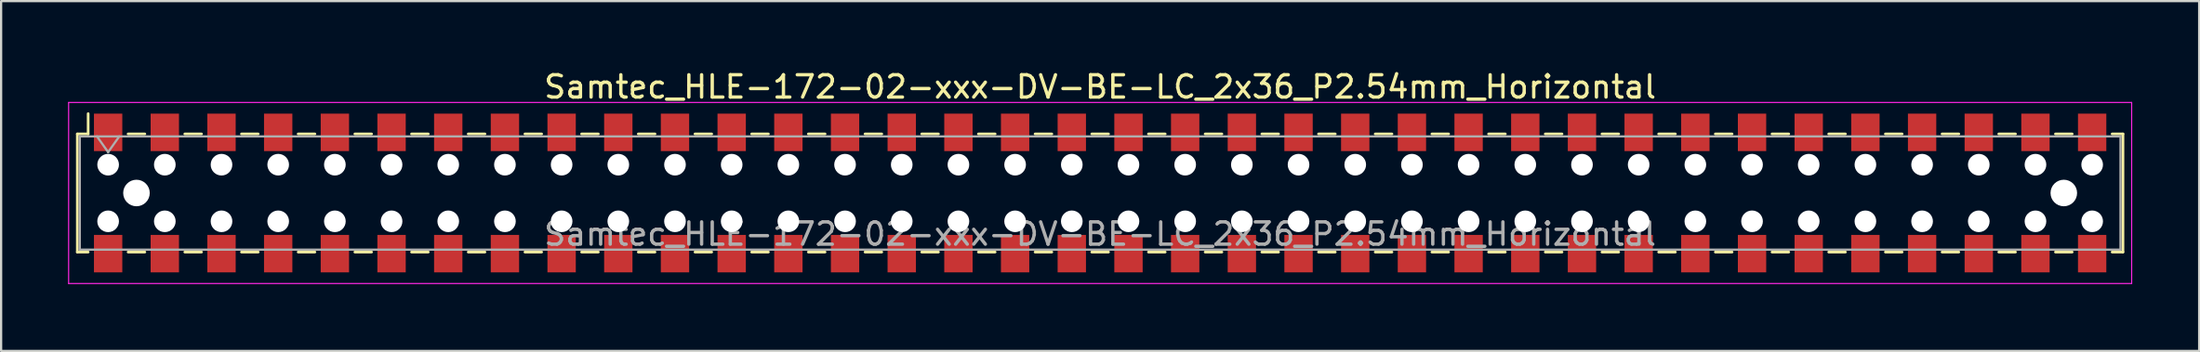
<source format=kicad_pcb>
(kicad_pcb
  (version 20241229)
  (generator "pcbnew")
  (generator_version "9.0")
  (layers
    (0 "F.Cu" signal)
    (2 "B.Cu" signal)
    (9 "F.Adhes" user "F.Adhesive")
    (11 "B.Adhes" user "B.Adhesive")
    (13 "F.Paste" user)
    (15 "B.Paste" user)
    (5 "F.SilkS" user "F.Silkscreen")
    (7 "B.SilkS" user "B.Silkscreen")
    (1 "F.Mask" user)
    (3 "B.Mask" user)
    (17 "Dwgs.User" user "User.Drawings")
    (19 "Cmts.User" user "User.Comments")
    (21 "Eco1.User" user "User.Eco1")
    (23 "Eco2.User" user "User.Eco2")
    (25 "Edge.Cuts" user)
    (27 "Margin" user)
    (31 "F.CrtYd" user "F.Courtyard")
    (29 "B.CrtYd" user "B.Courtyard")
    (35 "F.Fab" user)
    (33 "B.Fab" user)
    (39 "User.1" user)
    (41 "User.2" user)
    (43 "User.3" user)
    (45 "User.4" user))
  (footprint "Samtec_HLE-172-02-xxx-DV-BE-LC_2x36_P2.54mm_Horizontal"
    (layer "F.Cu")
    (at 46.245 5.608)
    (property "Reference" "Samtec_HLE-172-02-xxx-DV-BE-LC_2x36_P2.54mm_Horizontal" (at 0 -4.76 0) (layer "F.SilkS") (effects (font (size 1 1) (thickness 0.15))))
    (attr smd)
    (fp_line (start -45.83 -2.65) (end -45.83 2.65) (stroke (width 0.12) (type solid)) (layer "F.SilkS"))
    (fp_line (start -45.83 2.65) (end -45.345 2.65) (stroke (width 0.12) (type solid)) (layer "F.SilkS"))
    (fp_line (start -45.345 -3.56) (end -45.345 -2.65) (stroke (width 0.12) (type solid)) (layer "F.SilkS"))
    (fp_line (start -45.345 -2.65) (end -45.83 -2.65) (stroke (width 0.12) (type solid)) (layer "F.SilkS"))
    (fp_line (start -43.555 -2.65) (end -42.805 -2.65) (stroke (width 0.12) (type solid)) (layer "F.SilkS"))
    (fp_line (start -43.555 2.65) (end -42.805 2.65) (stroke (width 0.12) (type solid)) (layer "F.SilkS"))
    (fp_line (start -41.015 -2.65) (end -40.265 -2.65) (stroke (width 0.12) (type solid)) (layer "F.SilkS"))
    (fp_line (start -41.015 2.65) (end -40.265 2.65) (stroke (width 0.12) (type solid)) (layer "F.SilkS"))
    (fp_line (start -38.475 -2.65) (end -37.725 -2.65) (stroke (width 0.12) (type solid)) (layer "F.SilkS"))
    (fp_line (start -38.475 2.65) (end -37.725 2.65) (stroke (width 0.12) (type solid)) (layer "F.SilkS"))
    (fp_line (start -35.935 -2.65) (end -35.185 -2.65) (stroke (width 0.12) (type solid)) (layer "F.SilkS"))
    (fp_line (start -35.935 2.65) (end -35.185 2.65) (stroke (width 0.12) (type solid)) (layer "F.SilkS"))
    (fp_line (start -33.395 -2.65) (end -32.645 -2.65) (stroke (width 0.12) (type solid)) (layer "F.SilkS"))
    (fp_line (start -33.395 2.65) (end -32.645 2.65) (stroke (width 0.12) (type solid)) (layer "F.SilkS"))
    (fp_line (start -30.855 -2.65) (end -30.105 -2.65) (stroke (width 0.12) (type solid)) (layer "F.SilkS"))
    (fp_line (start -30.855 2.65) (end -30.105 2.65) (stroke (width 0.12) (type solid)) (layer "F.SilkS"))
    (fp_line (start -28.315 -2.65) (end -27.565 -2.65) (stroke (width 0.12) (type solid)) (layer "F.SilkS"))
    (fp_line (start -28.315 2.65) (end -27.565 2.65) (stroke (width 0.12) (type solid)) (layer "F.SilkS"))
    (fp_line (start -25.775 -2.65) (end -25.025 -2.65) (stroke (width 0.12) (type solid)) (layer "F.SilkS"))
    (fp_line (start -25.775 2.65) (end -25.025 2.65) (stroke (width 0.12) (type solid)) (layer "F.SilkS"))
    (fp_line (start -23.235 -2.65) (end -22.485 -2.65) (stroke (width 0.12) (type solid)) (layer "F.SilkS"))
    (fp_line (start -23.235 2.65) (end -22.485 2.65) (stroke (width 0.12) (type solid)) (layer "F.SilkS"))
    (fp_line (start -20.695 -2.65) (end -19.945 -2.65) (stroke (width 0.12) (type solid)) (layer "F.SilkS"))
    (fp_line (start -20.695 2.65) (end -19.945 2.65) (stroke (width 0.12) (type solid)) (layer "F.SilkS"))
    (fp_line (start -18.155 -2.65) (end -17.405 -2.65) (stroke (width 0.12) (type solid)) (layer "F.SilkS"))
    (fp_line (start -18.155 2.65) (end -17.405 2.65) (stroke (width 0.12) (type solid)) (layer "F.SilkS"))
    (fp_line (start -15.615 -2.65) (end -14.865 -2.65) (stroke (width 0.12) (type solid)) (layer "F.SilkS"))
    (fp_line (start -15.615 2.65) (end -14.865 2.65) (stroke (width 0.12) (type solid)) (layer "F.SilkS"))
    (fp_line (start -13.075 -2.65) (end -12.325 -2.65) (stroke (width 0.12) (type solid)) (layer "F.SilkS"))
    (fp_line (start -13.075 2.65) (end -12.325 2.65) (stroke (width 0.12) (type solid)) (layer "F.SilkS"))
    (fp_line (start -10.535 -2.65) (end -9.785 -2.65) (stroke (width 0.12) (type solid)) (layer "F.SilkS"))
    (fp_line (start -10.535 2.65) (end -9.785 2.65) (stroke (width 0.12) (type solid)) (layer "F.SilkS"))
    (fp_line (start -7.995 -2.65) (end -7.245 -2.65) (stroke (width 0.12) (type solid)) (layer "F.SilkS"))
    (fp_line (start -7.995 2.65) (end -7.245 2.65) (stroke (width 0.12) (type solid)) (layer "F.SilkS"))
    (fp_line (start -5.455 -2.65) (end -4.705 -2.65) (stroke (width 0.12) (type solid)) (layer "F.SilkS"))
    (fp_line (start -5.455 2.65) (end -4.705 2.65) (stroke (width 0.12) (type solid)) (layer "F.SilkS"))
    (fp_line (start -2.915 -2.65) (end -2.165 -2.65) (stroke (width 0.12) (type solid)) (layer "F.SilkS"))
    (fp_line (start -2.915 2.65) (end -2.165 2.65) (stroke (width 0.12) (type solid)) (layer "F.SilkS"))
    (fp_line (start -0.375 -2.65) (end 0.375 -2.65) (stroke (width 0.12) (type solid)) (layer "F.SilkS"))
    (fp_line (start -0.375 2.65) (end 0.375 2.65) (stroke (width 0.12) (type solid)) (layer "F.SilkS"))
    (fp_line (start 2.165 -2.65) (end 2.915 -2.65) (stroke (width 0.12) (type solid)) (layer "F.SilkS"))
    (fp_line (start 2.165 2.65) (end 2.915 2.65) (stroke (width 0.12) (type solid)) (layer "F.SilkS"))
    (fp_line (start 4.705 -2.65) (end 5.455 -2.65) (stroke (width 0.12) (type solid)) (layer "F.SilkS"))
    (fp_line (start 4.705 2.65) (end 5.455 2.65) (stroke (width 0.12) (type solid)) (layer "F.SilkS"))
    (fp_line (start 7.245 -2.65) (end 7.995 -2.65) (stroke (width 0.12) (type solid)) (layer "F.SilkS"))
    (fp_line (start 7.245 2.65) (end 7.995 2.65) (stroke (width 0.12) (type solid)) (layer "F.SilkS"))
    (fp_line (start 9.785 -2.65) (end 10.535 -2.65) (stroke (width 0.12) (type solid)) (layer "F.SilkS"))
    (fp_line (start 9.785 2.65) (end 10.535 2.65) (stroke (width 0.12) (type solid)) (layer "F.SilkS"))
    (fp_line (start 12.325 -2.65) (end 13.075 -2.65) (stroke (width 0.12) (type solid)) (layer "F.SilkS"))
    (fp_line (start 12.325 2.65) (end 13.075 2.65) (stroke (width 0.12) (type solid)) (layer "F.SilkS"))
    (fp_line (start 14.865 -2.65) (end 15.615 -2.65) (stroke (width 0.12) (type solid)) (layer "F.SilkS"))
    (fp_line (start 14.865 2.65) (end 15.615 2.65) (stroke (width 0.12) (type solid)) (layer "F.SilkS"))
    (fp_line (start 17.405 -2.65) (end 18.155 -2.65) (stroke (width 0.12) (type solid)) (layer "F.SilkS"))
    (fp_line (start 17.405 2.65) (end 18.155 2.65) (stroke (width 0.12) (type solid)) (layer "F.SilkS"))
    (fp_line (start 19.945 -2.65) (end 20.695 -2.65) (stroke (width 0.12) (type solid)) (layer "F.SilkS"))
    (fp_line (start 19.945 2.65) (end 20.695 2.65) (stroke (width 0.12) (type solid)) (layer "F.SilkS"))
    (fp_line (start 22.485 -2.65) (end 23.235 -2.65) (stroke (width 0.12) (type solid)) (layer "F.SilkS"))
    (fp_line (start 22.485 2.65) (end 23.235 2.65) (stroke (width 0.12) (type solid)) (layer "F.SilkS"))
    (fp_line (start 25.025 -2.65) (end 25.775 -2.65) (stroke (width 0.12) (type solid)) (layer "F.SilkS"))
    (fp_line (start 25.025 2.65) (end 25.775 2.65) (stroke (width 0.12) (type solid)) (layer "F.SilkS"))
    (fp_line (start 27.565 -2.65) (end 28.315 -2.65) (stroke (width 0.12) (type solid)) (layer "F.SilkS"))
    (fp_line (start 27.565 2.65) (end 28.315 2.65) (stroke (width 0.12) (type solid)) (layer "F.SilkS"))
    (fp_line (start 30.105 -2.65) (end 30.855 -2.65) (stroke (width 0.12) (type solid)) (layer "F.SilkS"))
    (fp_line (start 30.105 2.65) (end 30.855 2.65) (stroke (width 0.12) (type solid)) (layer "F.SilkS"))
    (fp_line (start 32.645 -2.65) (end 33.395 -2.65) (stroke (width 0.12) (type solid)) (layer "F.SilkS"))
    (fp_line (start 32.645 2.65) (end 33.395 2.65) (stroke (width 0.12) (type solid)) (layer "F.SilkS"))
    (fp_line (start 35.185 -2.65) (end 35.935 -2.65) (stroke (width 0.12) (type solid)) (layer "F.SilkS"))
    (fp_line (start 35.185 2.65) (end 35.935 2.65) (stroke (width 0.12) (type solid)) (layer "F.SilkS"))
    (fp_line (start 37.725 -2.65) (end 38.475 -2.65) (stroke (width 0.12) (type solid)) (layer "F.SilkS"))
    (fp_line (start 37.725 2.65) (end 38.475 2.65) (stroke (width 0.12) (type solid)) (layer "F.SilkS"))
    (fp_line (start 40.265 -2.65) (end 41.015 -2.65) (stroke (width 0.12) (type solid)) (layer "F.SilkS"))
    (fp_line (start 40.265 2.65) (end 41.015 2.65) (stroke (width 0.12) (type solid)) (layer "F.SilkS"))
    (fp_line (start 42.805 -2.65) (end 43.555 -2.65) (stroke (width 0.12) (type solid)) (layer "F.SilkS"))
    (fp_line (start 42.805 2.65) (end 43.555 2.65) (stroke (width 0.12) (type solid)) (layer "F.SilkS"))
    (fp_line (start 45.345 -2.65) (end 45.83 -2.65) (stroke (width 0.12) (type solid)) (layer "F.SilkS"))
    (fp_line (start 45.83 -2.65) (end 45.83 2.65) (stroke (width 0.12) (type solid)) (layer "F.SilkS"))
    (fp_line (start 45.83 2.65) (end 45.345 2.65) (stroke (width 0.12) (type solid)) (layer "F.SilkS"))
    (fp_line (start -46.22 -4.06) (end 46.22 -4.06) (stroke (width 0.05) (type solid)) (layer "F.CrtYd"))
    (fp_line (start -46.22 4.06) (end -46.22 -4.06) (stroke (width 0.05) (type solid)) (layer "F.CrtYd"))
    (fp_line (start 46.22 -4.06) (end 46.22 4.06) (stroke (width 0.05) (type solid)) (layer "F.CrtYd"))
    (fp_line (start 46.22 4.06) (end -46.22 4.06) (stroke (width 0.05) (type solid)) (layer "F.CrtYd"))
    (fp_line (start -45.72 -2.54) (end 45.72 -2.54) (stroke (width 0.1) (type solid)) (layer "F.Fab"))
    (fp_line (start -45.72 2.54) (end -45.72 -2.54) (stroke (width 0.1) (type solid)) (layer "F.Fab"))
    (fp_line (start -44.95 -2.54) (end -44.45 -1.833) (stroke (width 0.1) (type solid)) (layer "F.Fab"))
    (fp_line (start -44.45 -1.833) (end -43.95 -2.54) (stroke (width 0.1) (type solid)) (layer "F.Fab"))
    (fp_line (start 45.72 -2.54) (end 45.72 2.54) (stroke (width 0.1) (type solid)) (layer "F.Fab"))
    (fp_line (start 45.72 2.54) (end -45.72 2.54) (stroke (width 0.1) (type solid)) (layer "F.Fab"))
    (fp_text user "${REFERENCE}" (at 0 1.84 0) (layer "F.Fab") (effects (font (size 1 1) (thickness 0.15))))
    (pad "" np_thru_hole circle (at -44.45 -1.27) (size 0.97 0.97) (drill 0.97) (layers "*.Cu" "*.Mask"))
    (pad "" np_thru_hole circle (at -44.45 1.27) (size 0.97 0.97) (drill 0.97) (layers "*.Cu" "*.Mask"))
    (pad "" np_thru_hole circle (at -43.18 0) (size 1.19 1.19) (drill 1.19) (layers "*.Cu" "*.Mask"))
    (pad "" np_thru_hole circle (at -41.91 -1.27) (size 0.97 0.97) (drill 0.97) (layers "*.Cu" "*.Mask"))
    (pad "" np_thru_hole circle (at -41.91 1.27) (size 0.97 0.97) (drill 0.97) (layers "*.Cu" "*.Mask"))
    (pad "" np_thru_hole circle (at -39.37 -1.27) (size 0.97 0.97) (drill 0.97) (layers "*.Cu" "*.Mask"))
    (pad "" np_thru_hole circle (at -39.37 1.27) (size 0.97 0.97) (drill 0.97) (layers "*.Cu" "*.Mask"))
    (pad "" np_thru_hole circle (at -36.83 -1.27) (size 0.97 0.97) (drill 0.97) (layers "*.Cu" "*.Mask"))
    (pad "" np_thru_hole circle (at -36.83 1.27) (size 0.97 0.97) (drill 0.97) (layers "*.Cu" "*.Mask"))
    (pad "" np_thru_hole circle (at -34.29 -1.27) (size 0.97 0.97) (drill 0.97) (layers "*.Cu" "*.Mask"))
    (pad "" np_thru_hole circle (at -34.29 1.27) (size 0.97 0.97) (drill 0.97) (layers "*.Cu" "*.Mask"))
    (pad "" np_thru_hole circle (at -31.75 -1.27) (size 0.97 0.97) (drill 0.97) (layers "*.Cu" "*.Mask"))
    (pad "" np_thru_hole circle (at -31.75 1.27) (size 0.97 0.97) (drill 0.97) (layers "*.Cu" "*.Mask"))
    (pad "" np_thru_hole circle (at -29.21 -1.27) (size 0.97 0.97) (drill 0.97) (layers "*.Cu" "*.Mask"))
    (pad "" np_thru_hole circle (at -29.21 1.27) (size 0.97 0.97) (drill 0.97) (layers "*.Cu" "*.Mask"))
    (pad "" np_thru_hole circle (at -26.67 -1.27) (size 0.97 0.97) (drill 0.97) (layers "*.Cu" "*.Mask"))
    (pad "" np_thru_hole circle (at -26.67 1.27) (size 0.97 0.97) (drill 0.97) (layers "*.Cu" "*.Mask"))
    (pad "" np_thru_hole circle (at -24.13 -1.27) (size 0.97 0.97) (drill 0.97) (layers "*.Cu" "*.Mask"))
    (pad "" np_thru_hole circle (at -24.13 1.27) (size 0.97 0.97) (drill 0.97) (layers "*.Cu" "*.Mask"))
    (pad "" np_thru_hole circle (at -21.59 -1.27) (size 0.97 0.97) (drill 0.97) (layers "*.Cu" "*.Mask"))
    (pad "" np_thru_hole circle (at -21.59 1.27) (size 0.97 0.97) (drill 0.97) (layers "*.Cu" "*.Mask"))
    (pad "" np_thru_hole circle (at -19.05 -1.27) (size 0.97 0.97) (drill 0.97) (layers "*.Cu" "*.Mask"))
    (pad "" np_thru_hole circle (at -19.05 1.27) (size 0.97 0.97) (drill 0.97) (layers "*.Cu" "*.Mask"))
    (pad "" np_thru_hole circle (at -16.51 -1.27) (size 0.97 0.97) (drill 0.97) (layers "*.Cu" "*.Mask"))
    (pad "" np_thru_hole circle (at -16.51 1.27) (size 0.97 0.97) (drill 0.97) (layers "*.Cu" "*.Mask"))
    (pad "" np_thru_hole circle (at -13.97 -1.27) (size 0.97 0.97) (drill 0.97) (layers "*.Cu" "*.Mask"))
    (pad "" np_thru_hole circle (at -13.97 1.27) (size 0.97 0.97) (drill 0.97) (layers "*.Cu" "*.Mask"))
    (pad "" np_thru_hole circle (at -11.43 -1.27) (size 0.97 0.97) (drill 0.97) (layers "*.Cu" "*.Mask"))
    (pad "" np_thru_hole circle (at -11.43 1.27) (size 0.97 0.97) (drill 0.97) (layers "*.Cu" "*.Mask"))
    (pad "" np_thru_hole circle (at -8.89 -1.27) (size 0.97 0.97) (drill 0.97) (layers "*.Cu" "*.Mask"))
    (pad "" np_thru_hole circle (at -8.89 1.27) (size 0.97 0.97) (drill 0.97) (layers "*.Cu" "*.Mask"))
    (pad "" np_thru_hole circle (at -6.35 -1.27) (size 0.97 0.97) (drill 0.97) (layers "*.Cu" "*.Mask"))
    (pad "" np_thru_hole circle (at -6.35 1.27) (size 0.97 0.97) (drill 0.97) (layers "*.Cu" "*.Mask"))
    (pad "" np_thru_hole circle (at -3.81 -1.27) (size 0.97 0.97) (drill 0.97) (layers "*.Cu" "*.Mask"))
    (pad "" np_thru_hole circle (at -3.81 1.27) (size 0.97 0.97) (drill 0.97) (layers "*.Cu" "*.Mask"))
    (pad "" np_thru_hole circle (at -1.27 -1.27) (size 0.97 0.97) (drill 0.97) (layers "*.Cu" "*.Mask"))
    (pad "" np_thru_hole circle (at -1.27 1.27) (size 0.97 0.97) (drill 0.97) (layers "*.Cu" "*.Mask"))
    (pad "" np_thru_hole circle (at 1.27 -1.27) (size 0.97 0.97) (drill 0.97) (layers "*.Cu" "*.Mask"))
    (pad "" np_thru_hole circle (at 1.27 1.27) (size 0.97 0.97) (drill 0.97) (layers "*.Cu" "*.Mask"))
    (pad "" np_thru_hole circle (at 3.81 -1.27) (size 0.97 0.97) (drill 0.97) (layers "*.Cu" "*.Mask"))
    (pad "" np_thru_hole circle (at 3.81 1.27) (size 0.97 0.97) (drill 0.97) (layers "*.Cu" "*.Mask"))
    (pad "" np_thru_hole circle (at 6.35 -1.27) (size 0.97 0.97) (drill 0.97) (layers "*.Cu" "*.Mask"))
    (pad "" np_thru_hole circle (at 6.35 1.27) (size 0.97 0.97) (drill 0.97) (layers "*.Cu" "*.Mask"))
    (pad "" np_thru_hole circle (at 8.89 -1.27) (size 0.97 0.97) (drill 0.97) (layers "*.Cu" "*.Mask"))
    (pad "" np_thru_hole circle (at 8.89 1.27) (size 0.97 0.97) (drill 0.97) (layers "*.Cu" "*.Mask"))
    (pad "" np_thru_hole circle (at 11.43 -1.27) (size 0.97 0.97) (drill 0.97) (layers "*.Cu" "*.Mask"))
    (pad "" np_thru_hole circle (at 11.43 1.27) (size 0.97 0.97) (drill 0.97) (layers "*.Cu" "*.Mask"))
    (pad "" np_thru_hole circle (at 13.97 -1.27) (size 0.97 0.97) (drill 0.97) (layers "*.Cu" "*.Mask"))
    (pad "" np_thru_hole circle (at 13.97 1.27) (size 0.97 0.97) (drill 0.97) (layers "*.Cu" "*.Mask"))
    (pad "" np_thru_hole circle (at 16.51 -1.27) (size 0.97 0.97) (drill 0.97) (layers "*.Cu" "*.Mask"))
    (pad "" np_thru_hole circle (at 16.51 1.27) (size 0.97 0.97) (drill 0.97) (layers "*.Cu" "*.Mask"))
    (pad "" np_thru_hole circle (at 19.05 -1.27) (size 0.97 0.97) (drill 0.97) (layers "*.Cu" "*.Mask"))
    (pad "" np_thru_hole circle (at 19.05 1.27) (size 0.97 0.97) (drill 0.97) (layers "*.Cu" "*.Mask"))
    (pad "" np_thru_hole circle (at 21.59 -1.27) (size 0.97 0.97) (drill 0.97) (layers "*.Cu" "*.Mask"))
    (pad "" np_thru_hole circle (at 21.59 1.27) (size 0.97 0.97) (drill 0.97) (layers "*.Cu" "*.Mask"))
    (pad "" np_thru_hole circle (at 24.13 -1.27) (size 0.97 0.97) (drill 0.97) (layers "*.Cu" "*.Mask"))
    (pad "" np_thru_hole circle (at 24.13 1.27) (size 0.97 0.97) (drill 0.97) (layers "*.Cu" "*.Mask"))
    (pad "" np_thru_hole circle (at 26.67 -1.27) (size 0.97 0.97) (drill 0.97) (layers "*.Cu" "*.Mask"))
    (pad "" np_thru_hole circle (at 26.67 1.27) (size 0.97 0.97) (drill 0.97) (layers "*.Cu" "*.Mask"))
    (pad "" np_thru_hole circle (at 29.21 -1.27) (size 0.97 0.97) (drill 0.97) (layers "*.Cu" "*.Mask"))
    (pad "" np_thru_hole circle (at 29.21 1.27) (size 0.97 0.97) (drill 0.97) (layers "*.Cu" "*.Mask"))
    (pad "" np_thru_hole circle (at 31.75 -1.27) (size 0.97 0.97) (drill 0.97) (layers "*.Cu" "*.Mask"))
    (pad "" np_thru_hole circle (at 31.75 1.27) (size 0.97 0.97) (drill 0.97) (layers "*.Cu" "*.Mask"))
    (pad "" np_thru_hole circle (at 34.29 -1.27) (size 0.97 0.97) (drill 0.97) (layers "*.Cu" "*.Mask"))
    (pad "" np_thru_hole circle (at 34.29 1.27) (size 0.97 0.97) (drill 0.97) (layers "*.Cu" "*.Mask"))
    (pad "" np_thru_hole circle (at 36.83 -1.27) (size 0.97 0.97) (drill 0.97) (layers "*.Cu" "*.Mask"))
    (pad "" np_thru_hole circle (at 36.83 1.27) (size 0.97 0.97) (drill 0.97) (layers "*.Cu" "*.Mask"))
    (pad "" np_thru_hole circle (at 39.37 -1.27) (size 0.97 0.97) (drill 0.97) (layers "*.Cu" "*.Mask"))
    (pad "" np_thru_hole circle (at 39.37 1.27) (size 0.97 0.97) (drill 0.97) (layers "*.Cu" "*.Mask"))
    (pad "" np_thru_hole circle (at 41.91 -1.27) (size 0.97 0.97) (drill 0.97) (layers "*.Cu" "*.Mask"))
    (pad "" np_thru_hole circle (at 41.91 1.27) (size 0.97 0.97) (drill 0.97) (layers "*.Cu" "*.Mask"))
    (pad "" np_thru_hole circle (at 43.18 0) (size 1.19 1.19) (drill 1.19) (layers "*.Cu" "*.Mask"))
    (pad "" np_thru_hole circle (at 44.45 -1.27) (size 0.97 0.97) (drill 0.97) (layers "*.Cu" "*.Mask"))
    (pad "" np_thru_hole circle (at 44.45 1.27) (size 0.97 0.97) (drill 0.97) (layers "*.Cu" "*.Mask"))
    (pad "1" smd rect (at -44.45 -2.72) (size 1.27 1.68) (layers "F.Cu" "F.Mask" "F.Paste"))
    (pad "2" smd rect (at -44.45 2.72) (size 1.27 1.68) (layers "F.Cu" "F.Mask" "F.Paste"))
    (pad "3" smd rect (at -41.91 -2.72) (size 1.27 1.68) (layers "F.Cu" "F.Mask" "F.Paste"))
    (pad "4" smd rect (at -41.91 2.72) (size 1.27 1.68) (layers "F.Cu" "F.Mask" "F.Paste"))
    (pad "5" smd rect (at -39.37 -2.72) (size 1.27 1.68) (layers "F.Cu" "F.Mask" "F.Paste"))
    (pad "6" smd rect (at -39.37 2.72) (size 1.27 1.68) (layers "F.Cu" "F.Mask" "F.Paste"))
    (pad "7" smd rect (at -36.83 -2.72) (size 1.27 1.68) (layers "F.Cu" "F.Mask" "F.Paste"))
    (pad "8" smd rect (at -36.83 2.72) (size 1.27 1.68) (layers "F.Cu" "F.Mask" "F.Paste"))
    (pad "9" smd rect (at -34.29 -2.72) (size 1.27 1.68) (layers "F.Cu" "F.Mask" "F.Paste"))
    (pad "10" smd rect (at -34.29 2.72) (size 1.27 1.68) (layers "F.Cu" "F.Mask" "F.Paste"))
    (pad "11" smd rect (at -31.75 -2.72) (size 1.27 1.68) (layers "F.Cu" "F.Mask" "F.Paste"))
    (pad "12" smd rect (at -31.75 2.72) (size 1.27 1.68) (layers "F.Cu" "F.Mask" "F.Paste"))
    (pad "13" smd rect (at -29.21 -2.72) (size 1.27 1.68) (layers "F.Cu" "F.Mask" "F.Paste"))
    (pad "14" smd rect (at -29.21 2.72) (size 1.27 1.68) (layers "F.Cu" "F.Mask" "F.Paste"))
    (pad "15" smd rect (at -26.67 -2.72) (size 1.27 1.68) (layers "F.Cu" "F.Mask" "F.Paste"))
    (pad "16" smd rect (at -26.67 2.72) (size 1.27 1.68) (layers "F.Cu" "F.Mask" "F.Paste"))
    (pad "17" smd rect (at -24.13 -2.72) (size 1.27 1.68) (layers "F.Cu" "F.Mask" "F.Paste"))
    (pad "18" smd rect (at -24.13 2.72) (size 1.27 1.68) (layers "F.Cu" "F.Mask" "F.Paste"))
    (pad "19" smd rect (at -21.59 -2.72) (size 1.27 1.68) (layers "F.Cu" "F.Mask" "F.Paste"))
    (pad "20" smd rect (at -21.59 2.72) (size 1.27 1.68) (layers "F.Cu" "F.Mask" "F.Paste"))
    (pad "21" smd rect (at -19.05 -2.72) (size 1.27 1.68) (layers "F.Cu" "F.Mask" "F.Paste"))
    (pad "22" smd rect (at -19.05 2.72) (size 1.27 1.68) (layers "F.Cu" "F.Mask" "F.Paste"))
    (pad "23" smd rect (at -16.51 -2.72) (size 1.27 1.68) (layers "F.Cu" "F.Mask" "F.Paste"))
    (pad "24" smd rect (at -16.51 2.72) (size 1.27 1.68) (layers "F.Cu" "F.Mask" "F.Paste"))
    (pad "25" smd rect (at -13.97 -2.72) (size 1.27 1.68) (layers "F.Cu" "F.Mask" "F.Paste"))
    (pad "26" smd rect (at -13.97 2.72) (size 1.27 1.68) (layers "F.Cu" "F.Mask" "F.Paste"))
    (pad "27" smd rect (at -11.43 -2.72) (size 1.27 1.68) (layers "F.Cu" "F.Mask" "F.Paste"))
    (pad "28" smd rect (at -11.43 2.72) (size 1.27 1.68) (layers "F.Cu" "F.Mask" "F.Paste"))
    (pad "29" smd rect (at -8.89 -2.72) (size 1.27 1.68) (layers "F.Cu" "F.Mask" "F.Paste"))
    (pad "30" smd rect (at -8.89 2.72) (size 1.27 1.68) (layers "F.Cu" "F.Mask" "F.Paste"))
    (pad "31" smd rect (at -6.35 -2.72) (size 1.27 1.68) (layers "F.Cu" "F.Mask" "F.Paste"))
    (pad "32" smd rect (at -6.35 2.72) (size 1.27 1.68) (layers "F.Cu" "F.Mask" "F.Paste"))
    (pad "33" smd rect (at -3.81 -2.72) (size 1.27 1.68) (layers "F.Cu" "F.Mask" "F.Paste"))
    (pad "34" smd rect (at -3.81 2.72) (size 1.27 1.68) (layers "F.Cu" "F.Mask" "F.Paste"))
    (pad "35" smd rect (at -1.27 -2.72) (size 1.27 1.68) (layers "F.Cu" "F.Mask" "F.Paste"))
    (pad "36" smd rect (at -1.27 2.72) (size 1.27 1.68) (layers "F.Cu" "F.Mask" "F.Paste"))
    (pad "37" smd rect (at 1.27 -2.72) (size 1.27 1.68) (layers "F.Cu" "F.Mask" "F.Paste"))
    (pad "38" smd rect (at 1.27 2.72) (size 1.27 1.68) (layers "F.Cu" "F.Mask" "F.Paste"))
    (pad "39" smd rect (at 3.81 -2.72) (size 1.27 1.68) (layers "F.Cu" "F.Mask" "F.Paste"))
    (pad "40" smd rect (at 3.81 2.72) (size 1.27 1.68) (layers "F.Cu" "F.Mask" "F.Paste"))
    (pad "41" smd rect (at 6.35 -2.72) (size 1.27 1.68) (layers "F.Cu" "F.Mask" "F.Paste"))
    (pad "42" smd rect (at 6.35 2.72) (size 1.27 1.68) (layers "F.Cu" "F.Mask" "F.Paste"))
    (pad "43" smd rect (at 8.89 -2.72) (size 1.27 1.68) (layers "F.Cu" "F.Mask" "F.Paste"))
    (pad "44" smd rect (at 8.89 2.72) (size 1.27 1.68) (layers "F.Cu" "F.Mask" "F.Paste"))
    (pad "45" smd rect (at 11.43 -2.72) (size 1.27 1.68) (layers "F.Cu" "F.Mask" "F.Paste"))
    (pad "46" smd rect (at 11.43 2.72) (size 1.27 1.68) (layers "F.Cu" "F.Mask" "F.Paste"))
    (pad "47" smd rect (at 13.97 -2.72) (size 1.27 1.68) (layers "F.Cu" "F.Mask" "F.Paste"))
    (pad "48" smd rect (at 13.97 2.72) (size 1.27 1.68) (layers "F.Cu" "F.Mask" "F.Paste"))
    (pad "49" smd rect (at 16.51 -2.72) (size 1.27 1.68) (layers "F.Cu" "F.Mask" "F.Paste"))
    (pad "50" smd rect (at 16.51 2.72) (size 1.27 1.68) (layers "F.Cu" "F.Mask" "F.Paste"))
    (pad "51" smd rect (at 19.05 -2.72) (size 1.27 1.68) (layers "F.Cu" "F.Mask" "F.Paste"))
    (pad "52" smd rect (at 19.05 2.72) (size 1.27 1.68) (layers "F.Cu" "F.Mask" "F.Paste"))
    (pad "53" smd rect (at 21.59 -2.72) (size 1.27 1.68) (layers "F.Cu" "F.Mask" "F.Paste"))
    (pad "54" smd rect (at 21.59 2.72) (size 1.27 1.68) (layers "F.Cu" "F.Mask" "F.Paste"))
    (pad "55" smd rect (at 24.13 -2.72) (size 1.27 1.68) (layers "F.Cu" "F.Mask" "F.Paste"))
    (pad "56" smd rect (at 24.13 2.72) (size 1.27 1.68) (layers "F.Cu" "F.Mask" "F.Paste"))
    (pad "57" smd rect (at 26.67 -2.72) (size 1.27 1.68) (layers "F.Cu" "F.Mask" "F.Paste"))
    (pad "58" smd rect (at 26.67 2.72) (size 1.27 1.68) (layers "F.Cu" "F.Mask" "F.Paste"))
    (pad "59" smd rect (at 29.21 -2.72) (size 1.27 1.68) (layers "F.Cu" "F.Mask" "F.Paste"))
    (pad "60" smd rect (at 29.21 2.72) (size 1.27 1.68) (layers "F.Cu" "F.Mask" "F.Paste"))
    (pad "61" smd rect (at 31.75 -2.72) (size 1.27 1.68) (layers "F.Cu" "F.Mask" "F.Paste"))
    (pad "62" smd rect (at 31.75 2.72) (size 1.27 1.68) (layers "F.Cu" "F.Mask" "F.Paste"))
    (pad "63" smd rect (at 34.29 -2.72) (size 1.27 1.68) (layers "F.Cu" "F.Mask" "F.Paste"))
    (pad "64" smd rect (at 34.29 2.72) (size 1.27 1.68) (layers "F.Cu" "F.Mask" "F.Paste"))
    (pad "65" smd rect (at 36.83 -2.72) (size 1.27 1.68) (layers "F.Cu" "F.Mask" "F.Paste"))
    (pad "66" smd rect (at 36.83 2.72) (size 1.27 1.68) (layers "F.Cu" "F.Mask" "F.Paste"))
    (pad "67" smd rect (at 39.37 -2.72) (size 1.27 1.68) (layers "F.Cu" "F.Mask" "F.Paste"))
    (pad "68" smd rect (at 39.37 2.72) (size 1.27 1.68) (layers "F.Cu" "F.Mask" "F.Paste"))
    (pad "69" smd rect (at 41.91 -2.72) (size 1.27 1.68) (layers "F.Cu" "F.Mask" "F.Paste"))
    (pad "70" smd rect (at 41.91 2.72) (size 1.27 1.68) (layers "F.Cu" "F.Mask" "F.Paste"))
    (pad "71" smd rect (at 44.45 -2.72) (size 1.27 1.68) (layers "F.Cu" "F.Mask" "F.Paste"))
    (pad "72" smd rect (at 44.45 2.72) (size 1.27 1.68) (layers "F.Cu" "F.Mask" "F.Paste")))
  (gr_rect
    (start -3 -3)
    (end 95.49 12.693)
    (stroke (width 0.1) (type default))
    (fill no)
    (layer "Edge.Cuts")))
</source>
